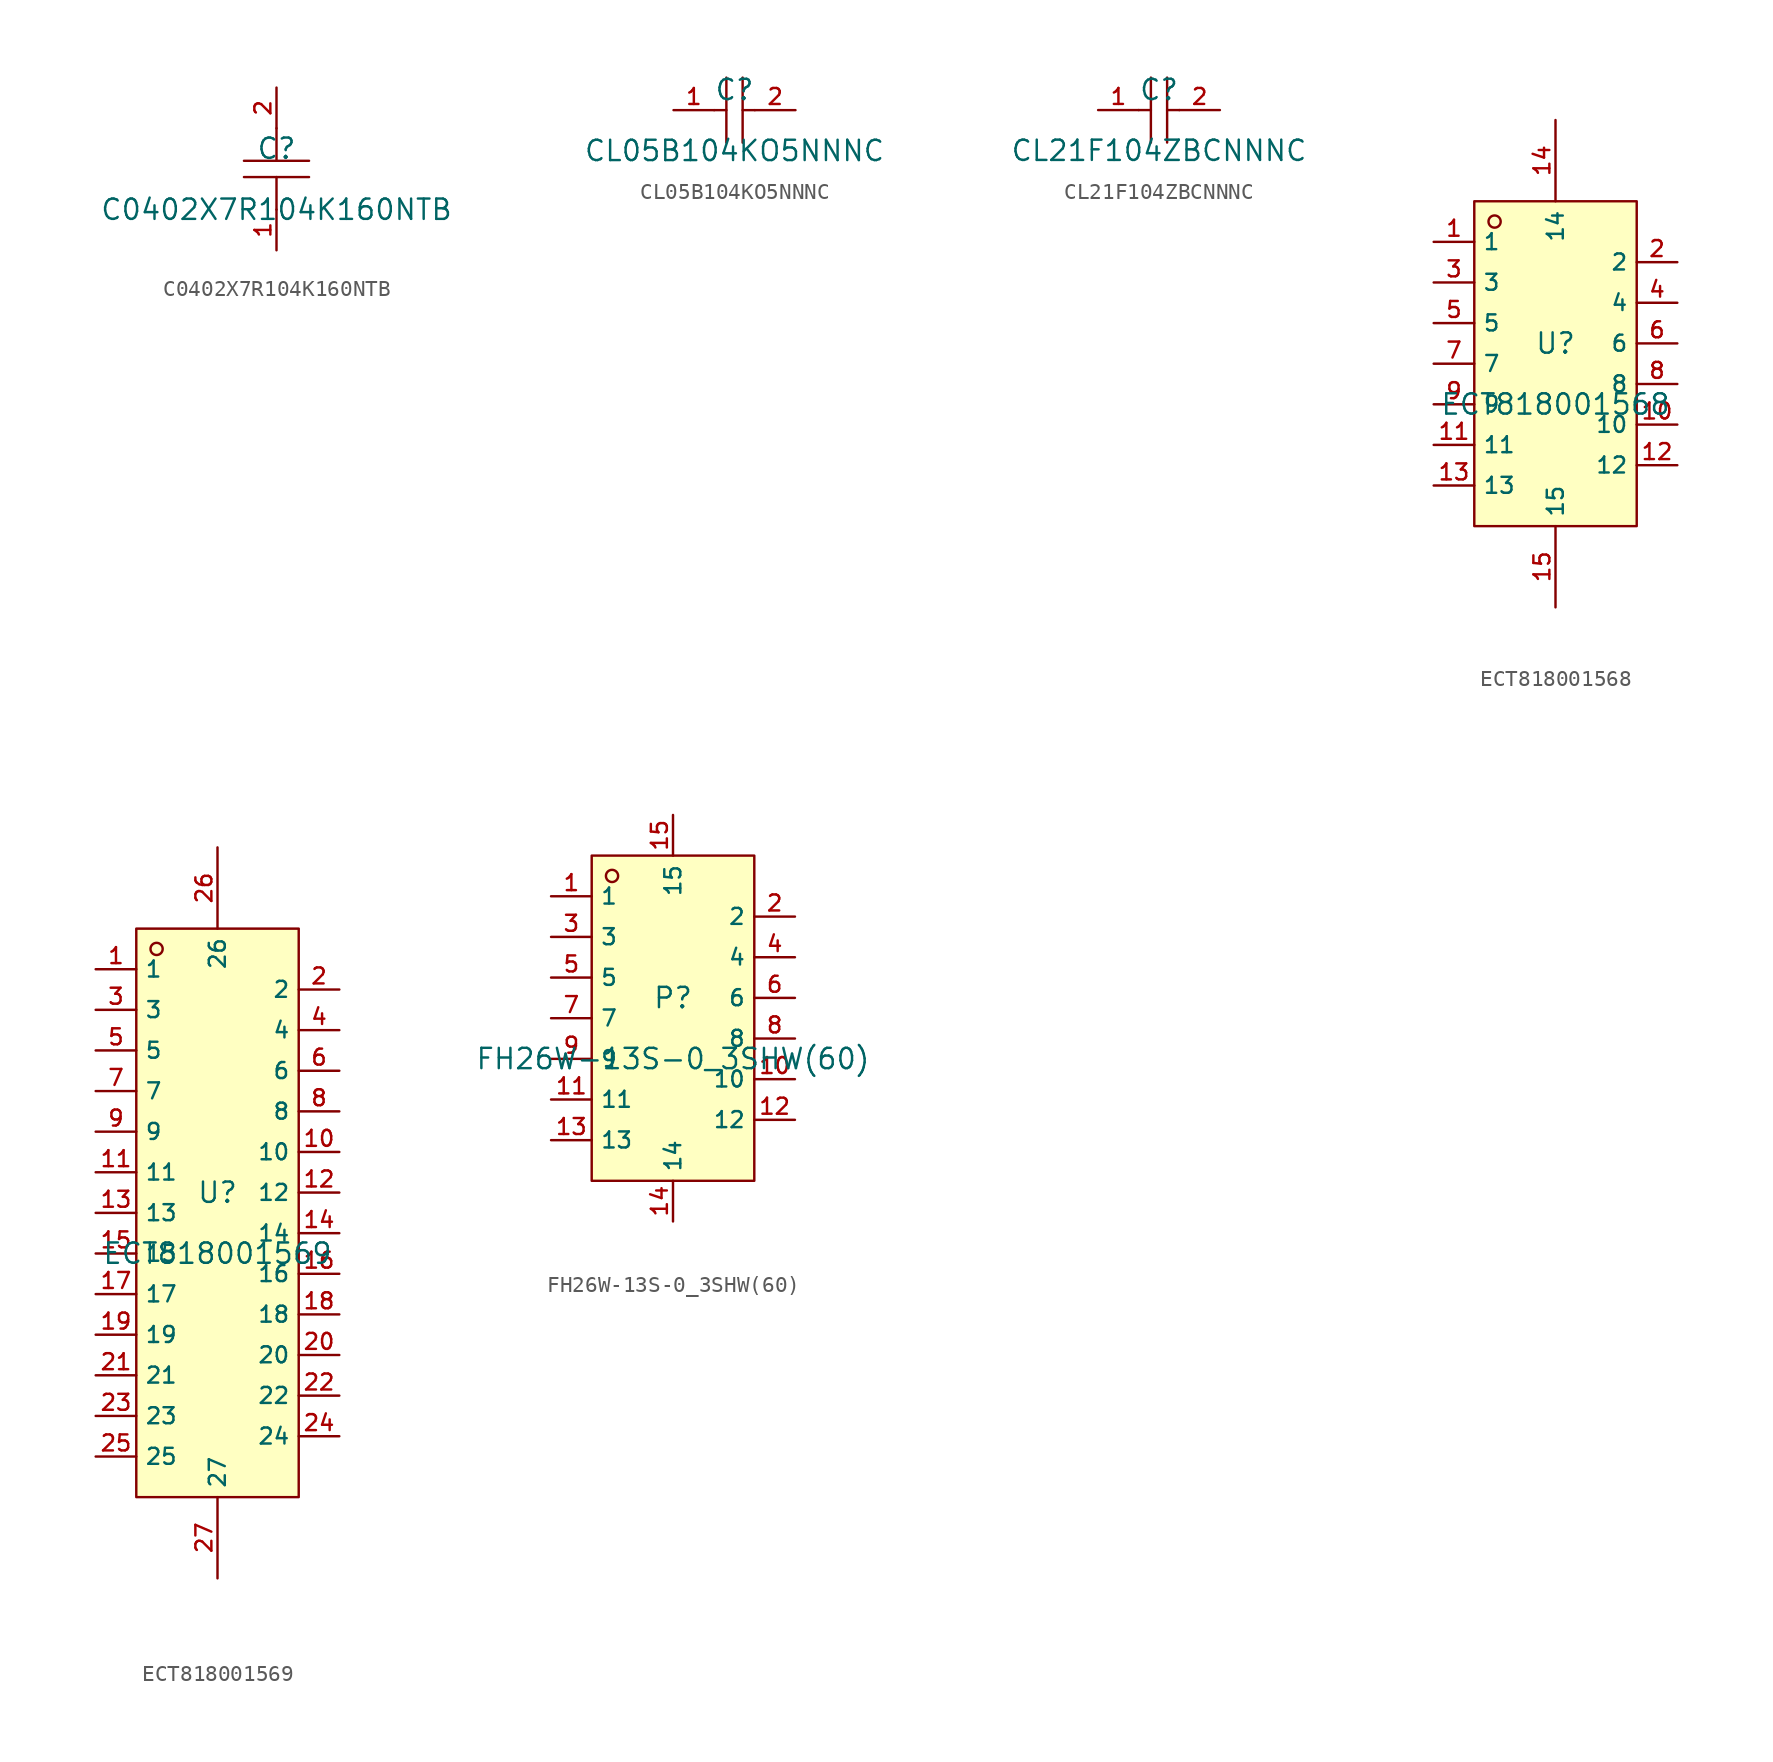
<source format=kicad_sym>
(kicad_symbol_lib
  (version 20220914)
  (generator kicad_symbol_editor)
  (symbol "C0402X7R104K160NTB"
    (pin_names hide)
    (property "Reference" "C"
      (at 0 1.27 0)
      (effects (font (size 1.27 1.27))))
    (property "Value" "C0402X7R104K160NTB"
      (at 0 -2.54 0)
      (effects (font (size 1.27 1.27))))
    (symbol "C0402X7R104K160NTB_0_1"
      (polyline (pts (xy -2.032 0.508) (xy 2.032 0.508)) (stroke (width 0) (type default)) (fill (type none)))
      (polyline (pts (xy 0 -0.508) (xy 0 -2.54)) (stroke (width 0) (type default)) (fill (type none)))
      (polyline (pts (xy 0 2.54) (xy 0 0.508)) (stroke (width 0) (type default)) (fill (type none)))
      (polyline (pts (xy 2.032 -0.508) (xy -2.032 -0.508)) (stroke (width 0) (type default)) (fill (type none)))
      (pin unspecified line (at 0 -5.08 90) (length 2.54) (name "1" (effects (font (size 1 1)))) (number "1" (effects (font (size 1 1)))))
      (pin unspecified line (at 0 5.08 270) (length 2.54) (name "2" (effects (font (size 1 1)))) (number "2" (effects (font (size 1 1)))))))
  (symbol "CL05B104KO5NNNC"
    (pin_names hide)
    (property "Reference" "C"
      (at 0 1.27 0)
      (effects (font (size 1.27 1.27))))
    (property "Value" "CL05B104KO5NNNC"
      (at 0 -2.54 0)
      (effects (font (size 1.27 1.27))))
    (symbol "CL05B104KO5NNNC_0_1"
      (polyline (pts (xy -1.27 0) (xy -0.508 0)) (stroke (width 0) (type default)) (fill (type none)))
      (polyline (pts (xy -0.508 2.032) (xy -0.508 -2.032)) (stroke (width 0) (type default)) (fill (type none)))
      (polyline (pts (xy 0.508 0) (xy 1.27 0)) (stroke (width 0) (type default)) (fill (type none)))
      (polyline (pts (xy 0.508 2.032) (xy 0.508 -2.032)) (stroke (width 0) (type default)) (fill (type none)))
      (pin input line (at -3.81 0 0) (length 2.54) (name "1" (effects (font (size 1 1)))) (number "1" (effects (font (size 1 1)))))
      (pin input line (at 3.81 0 180) (length 2.54) (name "2" (effects (font (size 1 1)))) (number "2" (effects (font (size 1 1)))))))
  (symbol "CL21F104ZBCNNNC"
    (pin_names hide)
    (property "Reference" "C"
      (at 0 1.27 0)
      (effects (font (size 1.27 1.27))))
    (property "Value" "CL21F104ZBCNNNC"
      (at 0 -2.54 0)
      (effects (font (size 1.27 1.27))))
    (symbol "CL21F104ZBCNNNC_0_1"
      (polyline (pts (xy -1.27 0) (xy -0.508 0)) (stroke (width 0) (type default)) (fill (type none)))
      (polyline (pts (xy -0.508 2.032) (xy -0.508 -2.032)) (stroke (width 0) (type default)) (fill (type none)))
      (polyline (pts (xy 0.508 0) (xy 1.27 0)) (stroke (width 0) (type default)) (fill (type none)))
      (polyline (pts (xy 0.508 2.032) (xy 0.508 -2.032)) (stroke (width 0) (type default)) (fill (type none)))
      (pin input line (at -3.81 0 0) (length 2.54) (name "1" (effects (font (size 1 1)))) (number "1" (effects (font (size 1 1)))))
      (pin input line (at 3.81 0 180) (length 2.54) (name "2" (effects (font (size 1 1)))) (number "2" (effects (font (size 1 1)))))))
  (symbol "ECT818001568"
    (property "Reference" "U"
      (at 0 1.27 0)
      (effects (font (size 1.27 1.27))))
    (property "Value" "ECT818001568"
      (at 0 -2.54 0)
      (effects (font (size 1.27 1.27))))
    (symbol "ECT818001568_0_1"
      (rectangle (start -5.08 10.16) (end 5.08 -10.16) (stroke (width 0) (type default)) (fill (type background)))
      (circle (center -3.81 8.89) (radius 0.381) (stroke (width 0) (type default)) (fill (type background)))
      (pin unspecified line (at -7.62 7.62 0) (length 2.54) (name "1" (effects (font (size 1 1)))) (number "1" (effects (font (size 1 1)))))
      (pin unspecified line (at 7.62 -3.81 180) (length 2.54) (name "10" (effects (font (size 1 1)))) (number "10" (effects (font (size 1 1)))))
      (pin unspecified line (at -7.62 -5.08 0) (length 2.54) (name "11" (effects (font (size 1 1)))) (number "11" (effects (font (size 1 1)))))
      (pin unspecified line (at 7.62 -6.35 180) (length 2.54) (name "12" (effects (font (size 1 1)))) (number "12" (effects (font (size 1 1)))))
      (pin unspecified line (at -7.62 -7.62 0) (length 2.54) (name "13" (effects (font (size 1 1)))) (number "13" (effects (font (size 1 1)))))
      (pin unspecified line (at 0 15.24 270) (length 5.08) (name "14" (effects (font (size 1 1)))) (number "14" (effects (font (size 1 1)))))
      (pin unspecified line (at 0 -15.24 90) (length 5.08) (name "15" (effects (font (size 1 1)))) (number "15" (effects (font (size 1 1)))))
      (pin unspecified line (at 7.62 6.35 180) (length 2.54) (name "2" (effects (font (size 1 1)))) (number "2" (effects (font (size 1 1)))))
      (pin unspecified line (at -7.62 5.08 0) (length 2.54) (name "3" (effects (font (size 1 1)))) (number "3" (effects (font (size 1 1)))))
      (pin unspecified line (at 7.62 3.81 180) (length 2.54) (name "4" (effects (font (size 1 1)))) (number "4" (effects (font (size 1 1)))))
      (pin unspecified line (at -7.62 2.54 0) (length 2.54) (name "5" (effects (font (size 1 1)))) (number "5" (effects (font (size 1 1)))))
      (pin unspecified line (at 7.62 1.27 180) (length 2.54) (name "6" (effects (font (size 1 1)))) (number "6" (effects (font (size 1 1)))))
      (pin unspecified line (at -7.62 0 0) (length 2.54) (name "7" (effects (font (size 1 1)))) (number "7" (effects (font (size 1 1)))))
      (pin unspecified line (at 7.62 -1.27 180) (length 2.54) (name "8" (effects (font (size 1 1)))) (number "8" (effects (font (size 1 1)))))
      (pin unspecified line (at -7.62 -2.54 0) (length 2.54) (name "9" (effects (font (size 1 1)))) (number "9" (effects (font (size 1 1)))))))
  (symbol "ECT818001569"
    (property "Reference" "U"
      (at 0 1.27 0)
      (effects (font (size 1.27 1.27))))
    (property "Value" "ECT818001569"
      (at 0 -2.54 0)
      (effects (font (size 1.27 1.27))))
    (symbol "ECT818001569_0_1"
      (rectangle (start -5.08 17.78) (end 5.08 -17.78) (stroke (width 0) (type default)) (fill (type background)))
      (circle (center -3.81 16.51) (radius 0.381) (stroke (width 0) (type default)) (fill (type background)))
      (pin unspecified line (at -7.62 15.24 0) (length 2.54) (name "1" (effects (font (size 1 1)))) (number "1" (effects (font (size 1 1)))))
      (pin unspecified line (at 7.62 3.81 180) (length 2.54) (name "10" (effects (font (size 1 1)))) (number "10" (effects (font (size 1 1)))))
      (pin unspecified line (at -7.62 2.54 0) (length 2.54) (name "11" (effects (font (size 1 1)))) (number "11" (effects (font (size 1 1)))))
      (pin unspecified line (at 7.62 1.27 180) (length 2.54) (name "12" (effects (font (size 1 1)))) (number "12" (effects (font (size 1 1)))))
      (pin unspecified line (at -7.62 0 0) (length 2.54) (name "13" (effects (font (size 1 1)))) (number "13" (effects (font (size 1 1)))))
      (pin unspecified line (at 7.62 -1.27 180) (length 2.54) (name "14" (effects (font (size 1 1)))) (number "14" (effects (font (size 1 1)))))
      (pin unspecified line (at -7.62 -2.54 0) (length 2.54) (name "15" (effects (font (size 1 1)))) (number "15" (effects (font (size 1 1)))))
      (pin unspecified line (at 7.62 -3.81 180) (length 2.54) (name "16" (effects (font (size 1 1)))) (number "16" (effects (font (size 1 1)))))
      (pin unspecified line (at -7.62 -5.08 0) (length 2.54) (name "17" (effects (font (size 1 1)))) (number "17" (effects (font (size 1 1)))))
      (pin unspecified line (at 7.62 -6.35 180) (length 2.54) (name "18" (effects (font (size 1 1)))) (number "18" (effects (font (size 1 1)))))
      (pin unspecified line (at -7.62 -7.62 0) (length 2.54) (name "19" (effects (font (size 1 1)))) (number "19" (effects (font (size 1 1)))))
      (pin unspecified line (at 7.62 13.97 180) (length 2.54) (name "2" (effects (font (size 1 1)))) (number "2" (effects (font (size 1 1)))))
      (pin unspecified line (at 7.62 -8.89 180) (length 2.54) (name "20" (effects (font (size 1 1)))) (number "20" (effects (font (size 1 1)))))
      (pin unspecified line (at -7.62 -10.16 0) (length 2.54) (name "21" (effects (font (size 1 1)))) (number "21" (effects (font (size 1 1)))))
      (pin unspecified line (at 7.62 -11.43 180) (length 2.54) (name "22" (effects (font (size 1 1)))) (number "22" (effects (font (size 1 1)))))
      (pin unspecified line (at -7.62 -12.7 0) (length 2.54) (name "23" (effects (font (size 1 1)))) (number "23" (effects (font (size 1 1)))))
      (pin unspecified line (at 7.62 -13.97 180) (length 2.54) (name "24" (effects (font (size 1 1)))) (number "24" (effects (font (size 1 1)))))
      (pin unspecified line (at -7.62 -15.24 0) (length 2.54) (name "25" (effects (font (size 1 1)))) (number "25" (effects (font (size 1 1)))))
      (pin unspecified line (at 0 22.86 270) (length 5.08) (name "26" (effects (font (size 1 1)))) (number "26" (effects (font (size 1 1)))))
      (pin unspecified line (at 0 -22.86 90) (length 5.08) (name "27" (effects (font (size 1 1)))) (number "27" (effects (font (size 1 1)))))
      (pin unspecified line (at -7.62 12.7 0) (length 2.54) (name "3" (effects (font (size 1 1)))) (number "3" (effects (font (size 1 1)))))
      (pin unspecified line (at 7.62 11.43 180) (length 2.54) (name "4" (effects (font (size 1 1)))) (number "4" (effects (font (size 1 1)))))
      (pin unspecified line (at -7.62 10.16 0) (length 2.54) (name "5" (effects (font (size 1 1)))) (number "5" (effects (font (size 1 1)))))
      (pin unspecified line (at 7.62 8.89 180) (length 2.54) (name "6" (effects (font (size 1 1)))) (number "6" (effects (font (size 1 1)))))
      (pin unspecified line (at -7.62 7.62 0) (length 2.54) (name "7" (effects (font (size 1 1)))) (number "7" (effects (font (size 1 1)))))
      (pin unspecified line (at 7.62 6.35 180) (length 2.54) (name "8" (effects (font (size 1 1)))) (number "8" (effects (font (size 1 1)))))
      (pin unspecified line (at -7.62 5.08 0) (length 2.54) (name "9" (effects (font (size 1 1)))) (number "9" (effects (font (size 1 1)))))))
  (symbol "FH26W-13S-0_3SHW(60)"
    (property "Reference" "P"
      (at 0 1.27 0)
      (effects (font (size 1.27 1.27))))
    (property "Value" "FH26W-13S-0_3SHW(60)"
      (at 0 -2.54 0)
      (effects (font (size 1.27 1.27))))
    (symbol "FH26W-13S-0_3SHW(60)_0_1"
      (rectangle (start -5.08 10.16) (end 5.08 -10.16) (stroke (width 0) (type default)) (fill (type background)))
      (circle (center -3.81 8.89) (radius 0.381) (stroke (width 0) (type default)) (fill (type background)))
      (pin unspecified line (at -7.62 7.62 0) (length 2.54) (name "1" (effects (font (size 1 1)))) (number "1" (effects (font (size 1 1)))))
      (pin unspecified line (at 7.62 -3.81 180) (length 2.54) (name "10" (effects (font (size 1 1)))) (number "10" (effects (font (size 1 1)))))
      (pin unspecified line (at -7.62 -5.08 0) (length 2.54) (name "11" (effects (font (size 1 1)))) (number "11" (effects (font (size 1 1)))))
      (pin unspecified line (at 7.62 -6.35 180) (length 2.54) (name "12" (effects (font (size 1 1)))) (number "12" (effects (font (size 1 1)))))
      (pin unspecified line (at -7.62 -7.62 0) (length 2.54) (name "13" (effects (font (size 1 1)))) (number "13" (effects (font (size 1 1)))))
      (pin unspecified line (at 0 -12.7 90) (length 2.54) (name "14" (effects (font (size 1 1)))) (number "14" (effects (font (size 1 1)))))
      (pin unspecified line (at 0 12.7 270) (length 2.54) (name "15" (effects (font (size 1 1)))) (number "15" (effects (font (size 1 1)))))
      (pin unspecified line (at 7.62 6.35 180) (length 2.54) (name "2" (effects (font (size 1 1)))) (number "2" (effects (font (size 1 1)))))
      (pin unspecified line (at -7.62 5.08 0) (length 2.54) (name "3" (effects (font (size 1 1)))) (number "3" (effects (font (size 1 1)))))
      (pin unspecified line (at 7.62 3.81 180) (length 2.54) (name "4" (effects (font (size 1 1)))) (number "4" (effects (font (size 1 1)))))
      (pin unspecified line (at -7.62 2.54 0) (length 2.54) (name "5" (effects (font (size 1 1)))) (number "5" (effects (font (size 1 1)))))
      (pin unspecified line (at 7.62 1.27 180) (length 2.54) (name "6" (effects (font (size 1 1)))) (number "6" (effects (font (size 1 1)))))
      (pin unspecified line (at -7.62 0 0) (length 2.54) (name "7" (effects (font (size 1 1)))) (number "7" (effects (font (size 1 1)))))
      (pin unspecified line (at 7.62 -1.27 180) (length 2.54) (name "8" (effects (font (size 1 1)))) (number "8" (effects (font (size 1 1)))))
      (pin unspecified line (at -7.62 -2.54 0) (length 2.54) (name "9" (effects (font (size 1 1)))) (number "9" (effects (font (size 1 1))))))))
</source>
